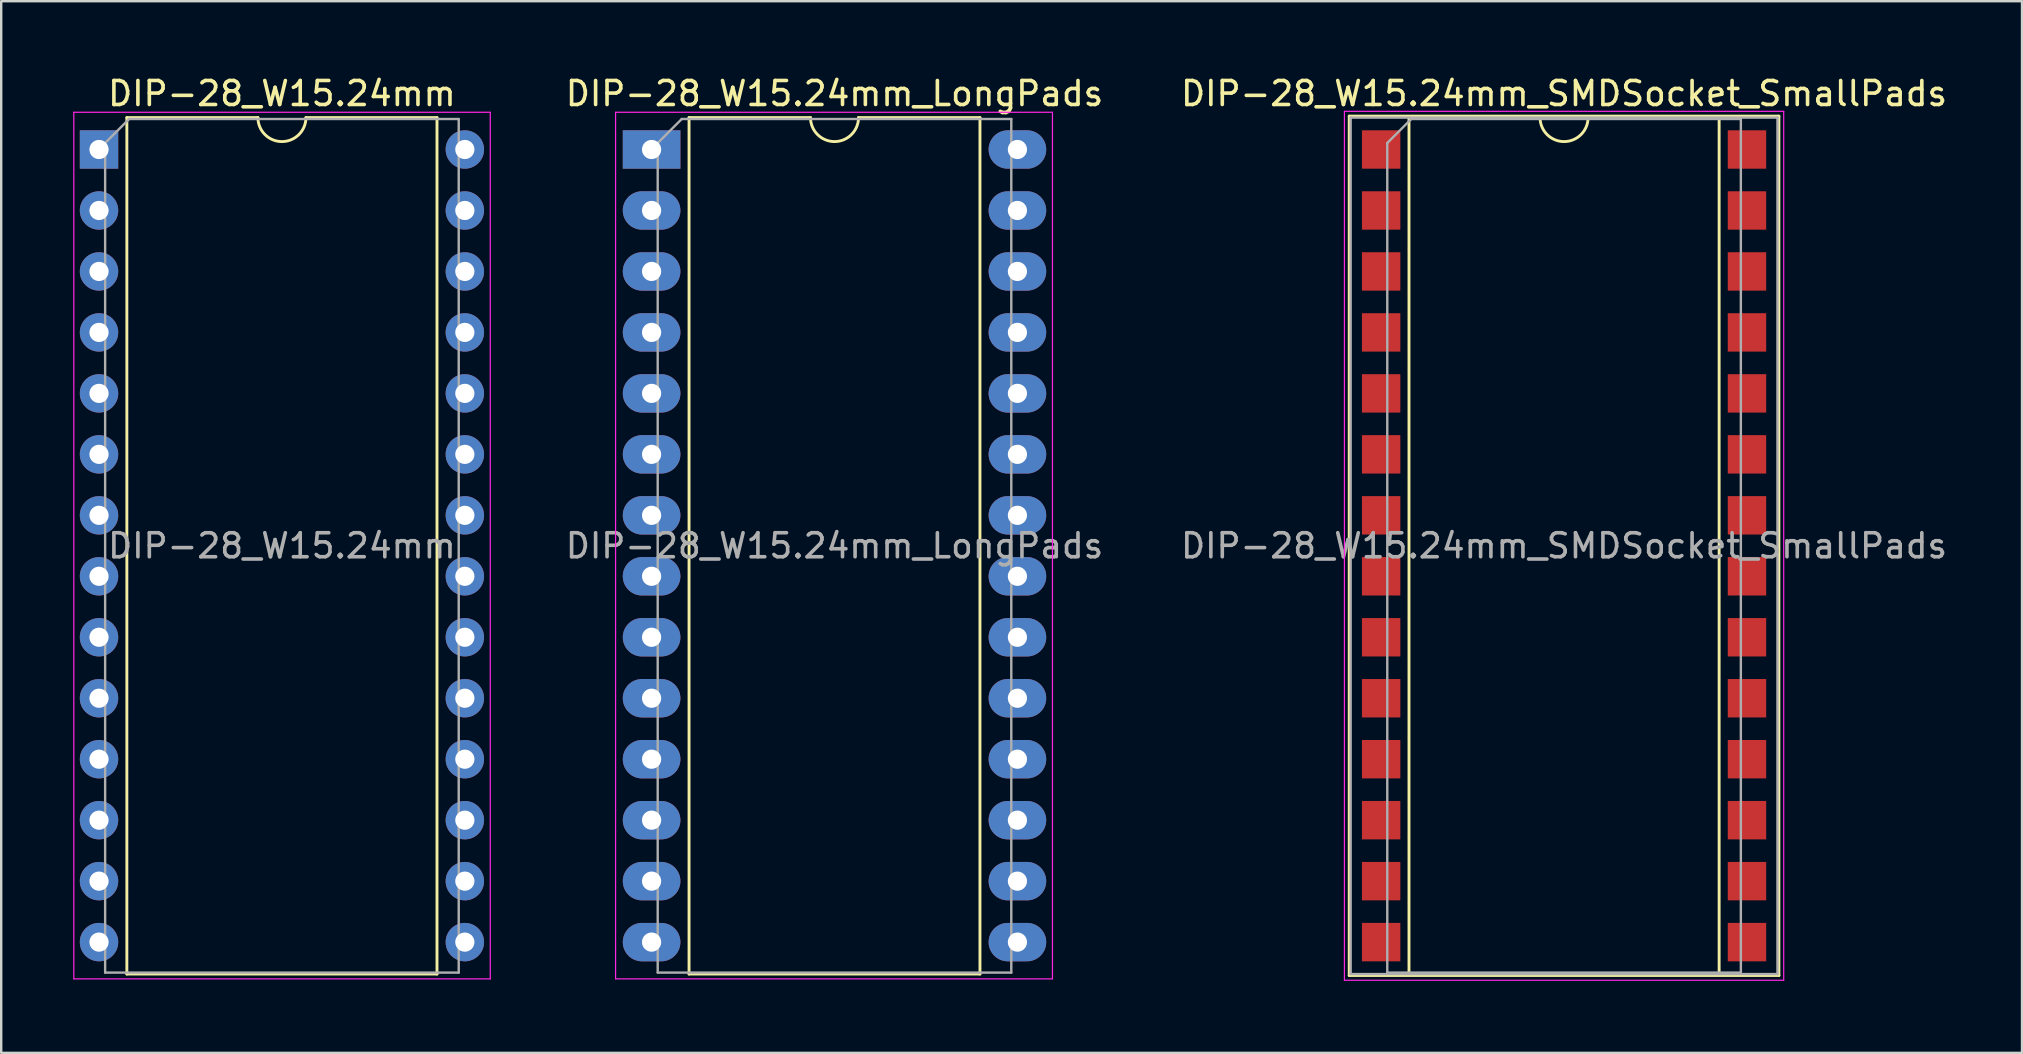
<source format=kicad_pcb>
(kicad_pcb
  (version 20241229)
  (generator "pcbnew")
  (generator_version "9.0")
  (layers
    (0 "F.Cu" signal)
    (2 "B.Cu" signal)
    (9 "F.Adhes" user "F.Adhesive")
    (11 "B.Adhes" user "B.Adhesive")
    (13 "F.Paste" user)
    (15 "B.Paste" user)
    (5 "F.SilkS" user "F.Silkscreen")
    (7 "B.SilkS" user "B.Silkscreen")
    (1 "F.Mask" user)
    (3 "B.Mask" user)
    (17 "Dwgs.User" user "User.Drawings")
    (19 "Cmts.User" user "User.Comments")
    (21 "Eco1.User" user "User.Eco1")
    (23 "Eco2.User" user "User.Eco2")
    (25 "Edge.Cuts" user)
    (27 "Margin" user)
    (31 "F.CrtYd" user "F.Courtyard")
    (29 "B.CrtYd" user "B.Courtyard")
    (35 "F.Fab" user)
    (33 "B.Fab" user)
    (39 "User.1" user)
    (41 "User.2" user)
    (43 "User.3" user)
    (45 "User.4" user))
  (footprint "DIP-28_W15.24mm_SMDSocket_SmallPads"
    (layer "F.Cu")
    (at 62.108 19.688)
    (property "Reference" "DIP-28_W15.24mm_SMDSocket_SmallPads" (at 0 -18.84 0) (layer "F.SilkS") (effects (font (size 1 1) (thickness 0.15))))
    (attr smd)
    (fp_line (start -8.95 -17.9) (end -8.95 17.9) (stroke (width 0.12) (type solid)) (layer "F.SilkS"))
    (fp_line (start -8.95 17.9) (end 8.95 17.9) (stroke (width 0.12) (type solid)) (layer "F.SilkS"))
    (fp_line (start -6.46 -17.84) (end -6.46 17.84) (stroke (width 0.12) (type solid)) (layer "F.SilkS"))
    (fp_line (start -6.46 17.84) (end 6.46 17.84) (stroke (width 0.12) (type solid)) (layer "F.SilkS"))
    (fp_line (start -1 -17.84) (end -6.46 -17.84) (stroke (width 0.12) (type solid)) (layer "F.SilkS"))
    (fp_line (start 6.46 -17.84) (end 1 -17.84) (stroke (width 0.12) (type solid)) (layer "F.SilkS"))
    (fp_line (start 6.46 17.84) (end 6.46 -17.84) (stroke (width 0.12) (type solid)) (layer "F.SilkS"))
    (fp_line (start 8.95 -17.9) (end -8.95 -17.9) (stroke (width 0.12) (type solid)) (layer "F.SilkS"))
    (fp_line (start 8.95 17.9) (end 8.95 -17.9) (stroke (width 0.12) (type solid)) (layer "F.SilkS"))
    (fp_arc (start 1 -17.84) (mid 0 -16.84) (end -1 -17.84) (stroke (width 0.12) (type solid)) (layer "F.SilkS"))
    (fp_line (start -9.15 -18.1) (end -9.15 18.1) (stroke (width 0.05) (type solid)) (layer "F.CrtYd"))
    (fp_line (start -9.15 18.1) (end 9.15 18.1) (stroke (width 0.05) (type solid)) (layer "F.CrtYd"))
    (fp_line (start 9.15 -18.1) (end -9.15 -18.1) (stroke (width 0.05) (type solid)) (layer "F.CrtYd"))
    (fp_line (start 9.15 18.1) (end 9.15 -18.1) (stroke (width 0.05) (type solid)) (layer "F.CrtYd"))
    (fp_line (start -8.89 -17.84) (end -8.89 17.84) (stroke (width 0.1) (type solid)) (layer "F.Fab"))
    (fp_line (start -8.89 17.84) (end 8.89 17.84) (stroke (width 0.1) (type solid)) (layer "F.Fab"))
    (fp_line (start -7.365 -16.78) (end -6.365 -17.78) (stroke (width 0.1) (type solid)) (layer "F.Fab"))
    (fp_line (start -7.365 17.78) (end -7.365 -16.78) (stroke (width 0.1) (type solid)) (layer "F.Fab"))
    (fp_line (start -6.365 -17.78) (end 7.365 -17.78) (stroke (width 0.1) (type solid)) (layer "F.Fab"))
    (fp_line (start 7.365 -17.78) (end 7.365 17.78) (stroke (width 0.1) (type solid)) (layer "F.Fab"))
    (fp_line (start 7.365 17.78) (end -7.365 17.78) (stroke (width 0.1) (type solid)) (layer "F.Fab"))
    (fp_line (start 8.89 -17.84) (end -8.89 -17.84) (stroke (width 0.1) (type solid)) (layer "F.Fab"))
    (fp_line (start 8.89 17.84) (end 8.89 -17.84) (stroke (width 0.1) (type solid)) (layer "F.Fab"))
    (fp_text user "${REFERENCE}" (at 0 0 0) (layer "F.Fab") (effects (font (size 1 1) (thickness 0.15))))
    (pad "1" smd rect (at -7.62 -16.51) (size 1.6 1.6) (layers "F.Cu" "F.Mask" "F.Paste"))
    (pad "2" smd rect (at -7.62 -13.97) (size 1.6 1.6) (layers "F.Cu" "F.Mask" "F.Paste"))
    (pad "3" smd rect (at -7.62 -11.43) (size 1.6 1.6) (layers "F.Cu" "F.Mask" "F.Paste"))
    (pad "4" smd rect (at -7.62 -8.89) (size 1.6 1.6) (layers "F.Cu" "F.Mask" "F.Paste"))
    (pad "5" smd rect (at -7.62 -6.35) (size 1.6 1.6) (layers "F.Cu" "F.Mask" "F.Paste"))
    (pad "6" smd rect (at -7.62 -3.81) (size 1.6 1.6) (layers "F.Cu" "F.Mask" "F.Paste"))
    (pad "7" smd rect (at -7.62 -1.27) (size 1.6 1.6) (layers "F.Cu" "F.Mask" "F.Paste"))
    (pad "8" smd rect (at -7.62 1.27) (size 1.6 1.6) (layers "F.Cu" "F.Mask" "F.Paste"))
    (pad "9" smd rect (at -7.62 3.81) (size 1.6 1.6) (layers "F.Cu" "F.Mask" "F.Paste"))
    (pad "10" smd rect (at -7.62 6.35) (size 1.6 1.6) (layers "F.Cu" "F.Mask" "F.Paste"))
    (pad "11" smd rect (at -7.62 8.89) (size 1.6 1.6) (layers "F.Cu" "F.Mask" "F.Paste"))
    (pad "12" smd rect (at -7.62 11.43) (size 1.6 1.6) (layers "F.Cu" "F.Mask" "F.Paste"))
    (pad "13" smd rect (at -7.62 13.97) (size 1.6 1.6) (layers "F.Cu" "F.Mask" "F.Paste"))
    (pad "14" smd rect (at -7.62 16.51) (size 1.6 1.6) (layers "F.Cu" "F.Mask" "F.Paste"))
    (pad "15" smd rect (at 7.62 16.51) (size 1.6 1.6) (layers "F.Cu" "F.Mask" "F.Paste"))
    (pad "16" smd rect (at 7.62 13.97) (size 1.6 1.6) (layers "F.Cu" "F.Mask" "F.Paste"))
    (pad "17" smd rect (at 7.62 11.43) (size 1.6 1.6) (layers "F.Cu" "F.Mask" "F.Paste"))
    (pad "18" smd rect (at 7.62 8.89) (size 1.6 1.6) (layers "F.Cu" "F.Mask" "F.Paste"))
    (pad "19" smd rect (at 7.62 6.35) (size 1.6 1.6) (layers "F.Cu" "F.Mask" "F.Paste"))
    (pad "20" smd rect (at 7.62 3.81) (size 1.6 1.6) (layers "F.Cu" "F.Mask" "F.Paste"))
    (pad "21" smd rect (at 7.62 1.27) (size 1.6 1.6) (layers "F.Cu" "F.Mask" "F.Paste"))
    (pad "22" smd rect (at 7.62 -1.27) (size 1.6 1.6) (layers "F.Cu" "F.Mask" "F.Paste"))
    (pad "23" smd rect (at 7.62 -3.81) (size 1.6 1.6) (layers "F.Cu" "F.Mask" "F.Paste"))
    (pad "24" smd rect (at 7.62 -6.35) (size 1.6 1.6) (layers "F.Cu" "F.Mask" "F.Paste"))
    (pad "25" smd rect (at 7.62 -8.89) (size 1.6 1.6) (layers "F.Cu" "F.Mask" "F.Paste"))
    (pad "26" smd rect (at 7.62 -11.43) (size 1.6 1.6) (layers "F.Cu" "F.Mask" "F.Paste"))
    (pad "27" smd rect (at 7.62 -13.97) (size 1.6 1.6) (layers "F.Cu" "F.Mask" "F.Paste"))
    (pad "28" smd rect (at 7.62 -16.51) (size 1.6 1.6) (layers "F.Cu" "F.Mask" "F.Paste")))
  (footprint "DIP-28_W15.24mm_LongPads"
    (layer "F.Cu")
    (at 24.095 3.178)
    (property "Reference" "DIP-28_W15.24mm_LongPads" (at 7.62 -2.33 0) (layer "F.SilkS") (effects (font (size 1 1) (thickness 0.15))))
    (attr through_hole)
    (fp_line (start 1.56 -1.33) (end 1.56 34.35) (stroke (width 0.12) (type solid)) (layer "F.SilkS"))
    (fp_line (start 1.56 34.35) (end 13.68 34.35) (stroke (width 0.12) (type solid)) (layer "F.SilkS"))
    (fp_line (start 6.62 -1.33) (end 1.56 -1.33) (stroke (width 0.12) (type solid)) (layer "F.SilkS"))
    (fp_line (start 13.68 -1.33) (end 8.62 -1.33) (stroke (width 0.12) (type solid)) (layer "F.SilkS"))
    (fp_line (start 13.68 34.35) (end 13.68 -1.33) (stroke (width 0.12) (type solid)) (layer "F.SilkS"))
    (fp_arc (start 8.62 -1.33) (mid 7.62 -0.33) (end 6.62 -1.33) (stroke (width 0.12) (type solid)) (layer "F.SilkS"))
    (fp_line (start -1.5 -1.55) (end -1.5 34.55) (stroke (width 0.05) (type solid)) (layer "F.CrtYd"))
    (fp_line (start -1.5 34.55) (end 16.7 34.55) (stroke (width 0.05) (type solid)) (layer "F.CrtYd"))
    (fp_line (start 16.7 -1.55) (end -1.5 -1.55) (stroke (width 0.05) (type solid)) (layer "F.CrtYd"))
    (fp_line (start 16.7 34.55) (end 16.7 -1.55) (stroke (width 0.05) (type solid)) (layer "F.CrtYd"))
    (fp_line (start 0.255 -0.27) (end 1.255 -1.27) (stroke (width 0.1) (type solid)) (layer "F.Fab"))
    (fp_line (start 0.255 34.29) (end 0.255 -0.27) (stroke (width 0.1) (type solid)) (layer "F.Fab"))
    (fp_line (start 1.255 -1.27) (end 14.985 -1.27) (stroke (width 0.1) (type solid)) (layer "F.Fab"))
    (fp_line (start 14.985 -1.27) (end 14.985 34.29) (stroke (width 0.1) (type solid)) (layer "F.Fab"))
    (fp_line (start 14.985 34.29) (end 0.255 34.29) (stroke (width 0.1) (type solid)) (layer "F.Fab"))
    (fp_text user "${REFERENCE}" (at 7.62 16.51 0) (layer "F.Fab") (effects (font (size 1 1) (thickness 0.15))))
    (pad "1" thru_hole rect (at 0 0) (size 2.4 1.6) (drill 0.8) (layers "*.Cu" "*.Mask"))
    (pad "2" thru_hole oval (at 0 2.54) (size 2.4 1.6) (drill 0.8) (layers "*.Cu" "*.Mask"))
    (pad "3" thru_hole oval (at 0 5.08) (size 2.4 1.6) (drill 0.8) (layers "*.Cu" "*.Mask"))
    (pad "4" thru_hole oval (at 0 7.62) (size 2.4 1.6) (drill 0.8) (layers "*.Cu" "*.Mask"))
    (pad "5" thru_hole oval (at 0 10.16) (size 2.4 1.6) (drill 0.8) (layers "*.Cu" "*.Mask"))
    (pad "6" thru_hole oval (at 0 12.7) (size 2.4 1.6) (drill 0.8) (layers "*.Cu" "*.Mask"))
    (pad "7" thru_hole oval (at 0 15.24) (size 2.4 1.6) (drill 0.8) (layers "*.Cu" "*.Mask"))
    (pad "8" thru_hole oval (at 0 17.78) (size 2.4 1.6) (drill 0.8) (layers "*.Cu" "*.Mask"))
    (pad "9" thru_hole oval (at 0 20.32) (size 2.4 1.6) (drill 0.8) (layers "*.Cu" "*.Mask"))
    (pad "10" thru_hole oval (at 0 22.86) (size 2.4 1.6) (drill 0.8) (layers "*.Cu" "*.Mask"))
    (pad "11" thru_hole oval (at 0 25.4) (size 2.4 1.6) (drill 0.8) (layers "*.Cu" "*.Mask"))
    (pad "12" thru_hole oval (at 0 27.94) (size 2.4 1.6) (drill 0.8) (layers "*.Cu" "*.Mask"))
    (pad "13" thru_hole oval (at 0 30.48) (size 2.4 1.6) (drill 0.8) (layers "*.Cu" "*.Mask"))
    (pad "14" thru_hole oval (at 0 33.02) (size 2.4 1.6) (drill 0.8) (layers "*.Cu" "*.Mask"))
    (pad "15" thru_hole oval (at 15.24 33.02) (size 2.4 1.6) (drill 0.8) (layers "*.Cu" "*.Mask"))
    (pad "16" thru_hole oval (at 15.24 30.48) (size 2.4 1.6) (drill 0.8) (layers "*.Cu" "*.Mask"))
    (pad "17" thru_hole oval (at 15.24 27.94) (size 2.4 1.6) (drill 0.8) (layers "*.Cu" "*.Mask"))
    (pad "18" thru_hole oval (at 15.24 25.4) (size 2.4 1.6) (drill 0.8) (layers "*.Cu" "*.Mask"))
    (pad "19" thru_hole oval (at 15.24 22.86) (size 2.4 1.6) (drill 0.8) (layers "*.Cu" "*.Mask"))
    (pad "20" thru_hole oval (at 15.24 20.32) (size 2.4 1.6) (drill 0.8) (layers "*.Cu" "*.Mask"))
    (pad "21" thru_hole oval (at 15.24 17.78) (size 2.4 1.6) (drill 0.8) (layers "*.Cu" "*.Mask"))
    (pad "22" thru_hole oval (at 15.24 15.24) (size 2.4 1.6) (drill 0.8) (layers "*.Cu" "*.Mask"))
    (pad "23" thru_hole oval (at 15.24 12.7) (size 2.4 1.6) (drill 0.8) (layers "*.Cu" "*.Mask"))
    (pad "24" thru_hole oval (at 15.24 10.16) (size 2.4 1.6) (drill 0.8) (layers "*.Cu" "*.Mask"))
    (pad "25" thru_hole oval (at 15.24 7.62) (size 2.4 1.6) (drill 0.8) (layers "*.Cu" "*.Mask"))
    (pad "26" thru_hole oval (at 15.24 5.08) (size 2.4 1.6) (drill 0.8) (layers "*.Cu" "*.Mask"))
    (pad "27" thru_hole oval (at 15.24 2.54) (size 2.4 1.6) (drill 0.8) (layers "*.Cu" "*.Mask"))
    (pad "28" thru_hole oval (at 15.24 0) (size 2.4 1.6) (drill 0.8) (layers "*.Cu" "*.Mask")))
  (footprint "DIP-28_W15.24mm"
    (layer "F.Cu")
    (at 1.075 3.178)
    (property "Reference" "DIP-28_W15.24mm" (at 7.62 -2.33 0) (layer "F.SilkS") (effects (font (size 1 1) (thickness 0.15))))
    (attr through_hole)
    (fp_line (start 1.16 -1.33) (end 1.16 34.35) (stroke (width 0.12) (type solid)) (layer "F.SilkS"))
    (fp_line (start 1.16 34.35) (end 14.08 34.35) (stroke (width 0.12) (type solid)) (layer "F.SilkS"))
    (fp_line (start 6.62 -1.33) (end 1.16 -1.33) (stroke (width 0.12) (type solid)) (layer "F.SilkS"))
    (fp_line (start 14.08 -1.33) (end 8.62 -1.33) (stroke (width 0.12) (type solid)) (layer "F.SilkS"))
    (fp_line (start 14.08 34.35) (end 14.08 -1.33) (stroke (width 0.12) (type solid)) (layer "F.SilkS"))
    (fp_arc (start 8.62 -1.33) (mid 7.62 -0.33) (end 6.62 -1.33) (stroke (width 0.12) (type solid)) (layer "F.SilkS"))
    (fp_line (start -1.05 -1.55) (end -1.05 34.55) (stroke (width 0.05) (type solid)) (layer "F.CrtYd"))
    (fp_line (start -1.05 34.55) (end 16.3 34.55) (stroke (width 0.05) (type solid)) (layer "F.CrtYd"))
    (fp_line (start 16.3 -1.55) (end -1.05 -1.55) (stroke (width 0.05) (type solid)) (layer "F.CrtYd"))
    (fp_line (start 16.3 34.55) (end 16.3 -1.55) (stroke (width 0.05) (type solid)) (layer "F.CrtYd"))
    (fp_line (start 0.255 -0.27) (end 1.255 -1.27) (stroke (width 0.1) (type solid)) (layer "F.Fab"))
    (fp_line (start 0.255 34.29) (end 0.255 -0.27) (stroke (width 0.1) (type solid)) (layer "F.Fab"))
    (fp_line (start 1.255 -1.27) (end 14.985 -1.27) (stroke (width 0.1) (type solid)) (layer "F.Fab"))
    (fp_line (start 14.985 -1.27) (end 14.985 34.29) (stroke (width 0.1) (type solid)) (layer "F.Fab"))
    (fp_line (start 14.985 34.29) (end 0.255 34.29) (stroke (width 0.1) (type solid)) (layer "F.Fab"))
    (fp_text user "${REFERENCE}" (at 7.62 16.51 0) (layer "F.Fab") (effects (font (size 1 1) (thickness 0.15))))
    (pad "1" thru_hole rect (at 0 0) (size 1.6 1.6) (drill 0.8) (layers "*.Cu" "*.Mask"))
    (pad "2" thru_hole oval (at 0 2.54) (size 1.6 1.6) (drill 0.8) (layers "*.Cu" "*.Mask"))
    (pad "3" thru_hole oval (at 0 5.08) (size 1.6 1.6) (drill 0.8) (layers "*.Cu" "*.Mask"))
    (pad "4" thru_hole oval (at 0 7.62) (size 1.6 1.6) (drill 0.8) (layers "*.Cu" "*.Mask"))
    (pad "5" thru_hole oval (at 0 10.16) (size 1.6 1.6) (drill 0.8) (layers "*.Cu" "*.Mask"))
    (pad "6" thru_hole oval (at 0 12.7) (size 1.6 1.6) (drill 0.8) (layers "*.Cu" "*.Mask"))
    (pad "7" thru_hole oval (at 0 15.24) (size 1.6 1.6) (drill 0.8) (layers "*.Cu" "*.Mask"))
    (pad "8" thru_hole oval (at 0 17.78) (size 1.6 1.6) (drill 0.8) (layers "*.Cu" "*.Mask"))
    (pad "9" thru_hole oval (at 0 20.32) (size 1.6 1.6) (drill 0.8) (layers "*.Cu" "*.Mask"))
    (pad "10" thru_hole oval (at 0 22.86) (size 1.6 1.6) (drill 0.8) (layers "*.Cu" "*.Mask"))
    (pad "11" thru_hole oval (at 0 25.4) (size 1.6 1.6) (drill 0.8) (layers "*.Cu" "*.Mask"))
    (pad "12" thru_hole oval (at 0 27.94) (size 1.6 1.6) (drill 0.8) (layers "*.Cu" "*.Mask"))
    (pad "13" thru_hole oval (at 0 30.48) (size 1.6 1.6) (drill 0.8) (layers "*.Cu" "*.Mask"))
    (pad "14" thru_hole oval (at 0 33.02) (size 1.6 1.6) (drill 0.8) (layers "*.Cu" "*.Mask"))
    (pad "15" thru_hole oval (at 15.24 33.02) (size 1.6 1.6) (drill 0.8) (layers "*.Cu" "*.Mask"))
    (pad "16" thru_hole oval (at 15.24 30.48) (size 1.6 1.6) (drill 0.8) (layers "*.Cu" "*.Mask"))
    (pad "17" thru_hole oval (at 15.24 27.94) (size 1.6 1.6) (drill 0.8) (layers "*.Cu" "*.Mask"))
    (pad "18" thru_hole oval (at 15.24 25.4) (size 1.6 1.6) (drill 0.8) (layers "*.Cu" "*.Mask"))
    (pad "19" thru_hole oval (at 15.24 22.86) (size 1.6 1.6) (drill 0.8) (layers "*.Cu" "*.Mask"))
    (pad "20" thru_hole oval (at 15.24 20.32) (size 1.6 1.6) (drill 0.8) (layers "*.Cu" "*.Mask"))
    (pad "21" thru_hole oval (at 15.24 17.78) (size 1.6 1.6) (drill 0.8) (layers "*.Cu" "*.Mask"))
    (pad "22" thru_hole oval (at 15.24 15.24) (size 1.6 1.6) (drill 0.8) (layers "*.Cu" "*.Mask"))
    (pad "23" thru_hole oval (at 15.24 12.7) (size 1.6 1.6) (drill 0.8) (layers "*.Cu" "*.Mask"))
    (pad "24" thru_hole oval (at 15.24 10.16) (size 1.6 1.6) (drill 0.8) (layers "*.Cu" "*.Mask"))
    (pad "25" thru_hole oval (at 15.24 7.62) (size 1.6 1.6) (drill 0.8) (layers "*.Cu" "*.Mask"))
    (pad "26" thru_hole oval (at 15.24 5.08) (size 1.6 1.6) (drill 0.8) (layers "*.Cu" "*.Mask"))
    (pad "27" thru_hole oval (at 15.24 2.54) (size 1.6 1.6) (drill 0.8) (layers "*.Cu" "*.Mask"))
    (pad "28" thru_hole oval (at 15.24 0) (size 1.6 1.6) (drill 0.8) (layers "*.Cu" "*.Mask")))
  (gr_rect
    (start -3 -3)
    (end 81.186 40.813)
    (stroke (width 0.1) (type default))
    (fill no)
    (layer "Edge.Cuts")))
</source>
